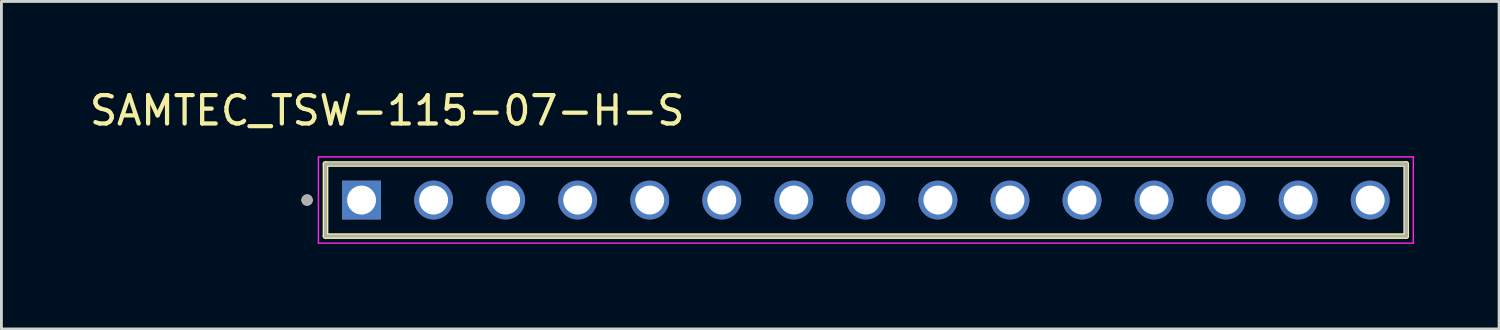
<source format=kicad_pcb>
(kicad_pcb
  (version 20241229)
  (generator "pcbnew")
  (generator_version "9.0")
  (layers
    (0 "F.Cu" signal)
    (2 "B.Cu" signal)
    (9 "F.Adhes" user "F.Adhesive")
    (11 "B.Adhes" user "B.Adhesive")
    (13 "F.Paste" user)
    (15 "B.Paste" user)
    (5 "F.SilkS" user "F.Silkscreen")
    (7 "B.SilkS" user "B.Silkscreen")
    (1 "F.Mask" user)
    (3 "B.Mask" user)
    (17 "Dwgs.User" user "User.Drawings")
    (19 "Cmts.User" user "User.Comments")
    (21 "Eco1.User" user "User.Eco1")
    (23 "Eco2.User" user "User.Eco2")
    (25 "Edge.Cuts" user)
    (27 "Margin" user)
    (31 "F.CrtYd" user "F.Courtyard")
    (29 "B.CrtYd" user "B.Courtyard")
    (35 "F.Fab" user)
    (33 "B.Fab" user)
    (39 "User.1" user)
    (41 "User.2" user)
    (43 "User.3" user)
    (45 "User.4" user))
  (footprint "SAMTEC_TSW-115-07-H-S"
    (layer "F.Cu")
    (at 27.476 4.003)
    (property "Reference" "SAMTEC_TSW-115-07-H-S" (at -16.875 -3.155 0) (layer "F.SilkS") (effects (font (size 1 1) (thickness 0.15))))
    (attr through_hole)
    (fp_line (start -19.05 1.27) (end -19.05 -1.27) (stroke (width 0.2) (type solid)) (layer "F.SilkS"))
    (fp_line (start 19.05 -1.27) (end -19.05 -1.27) (stroke (width 0.2) (type solid)) (layer "F.SilkS"))
    (fp_line (start 19.05 -1.27) (end 19.05 1.27) (stroke (width 0.2) (type solid)) (layer "F.SilkS"))
    (fp_line (start 19.05 1.27) (end -19.05 1.27) (stroke (width 0.2) (type solid)) (layer "F.SilkS"))
    (fp_circle (center -19.7 0) (end -19.6 0) (stroke (width 0.2) (type solid)) (fill no) (layer "F.SilkS"))
    (fp_line (start -19.3 -1.52) (end 19.3 -1.52) (stroke (width 0.05) (type solid)) (layer "F.CrtYd"))
    (fp_line (start -19.3 1.52) (end -19.3 -1.52) (stroke (width 0.05) (type solid)) (layer "F.CrtYd"))
    (fp_line (start 19.3 -1.52) (end 19.3 1.52) (stroke (width 0.05) (type solid)) (layer "F.CrtYd"))
    (fp_line (start 19.3 1.52) (end -19.3 1.52) (stroke (width 0.05) (type solid)) (layer "F.CrtYd"))
    (fp_line (start -19.05 -1.27) (end 19.05 -1.27) (stroke (width 0.1) (type solid)) (layer "F.Fab"))
    (fp_line (start -19.05 -1.27) (end 19.05 -1.27) (stroke (width 0.1) (type solid)) (layer "F.Fab"))
    (fp_line (start -19.05 1.27) (end -19.05 -1.27) (stroke (width 0.1) (type solid)) (layer "F.Fab"))
    (fp_line (start -19.05 1.27) (end -19.05 -1.27) (stroke (width 0.1) (type solid)) (layer "F.Fab"))
    (fp_line (start 19.05 -1.27) (end 19.05 1.27) (stroke (width 0.1) (type solid)) (layer "F.Fab"))
    (fp_line (start 19.05 -1.27) (end 19.05 1.27) (stroke (width 0.1) (type solid)) (layer "F.Fab"))
    (fp_line (start 19.05 1.27) (end -19.05 1.27) (stroke (width 0.1) (type solid)) (layer "F.Fab"))
    (fp_circle (center -19.7 0) (end -19.6 0) (stroke (width 0.2) (type solid)) (fill no) (layer "F.Fab"))
    (pad "01" thru_hole rect (at -17.78 0) (size 1.37 1.37) (drill 1.02) (layers "*.Cu" "*.Mask"))
    (pad "02" thru_hole circle (at -15.24 0) (size 1.37 1.37) (drill 1.02) (layers "*.Cu" "*.Mask"))
    (pad "03" thru_hole circle (at -12.7 0) (size 1.37 1.37) (drill 1.02) (layers "*.Cu" "*.Mask"))
    (pad "04" thru_hole circle (at -10.16 0) (size 1.37 1.37) (drill 1.02) (layers "*.Cu" "*.Mask"))
    (pad "05" thru_hole circle (at -7.62 0) (size 1.37 1.37) (drill 1.02) (layers "*.Cu" "*.Mask"))
    (pad "06" thru_hole circle (at -5.08 0) (size 1.37 1.37) (drill 1.02) (layers "*.Cu" "*.Mask"))
    (pad "07" thru_hole circle (at -2.54 0) (size 1.37 1.37) (drill 1.02) (layers "*.Cu" "*.Mask"))
    (pad "08" thru_hole circle (at 0 0) (size 1.37 1.37) (drill 1.02) (layers "*.Cu" "*.Mask"))
    (pad "09" thru_hole circle (at 2.54 0) (size 1.37 1.37) (drill 1.02) (layers "*.Cu" "*.Mask"))
    (pad "10" thru_hole circle (at 5.08 0) (size 1.37 1.37) (drill 1.02) (layers "*.Cu" "*.Mask"))
    (pad "11" thru_hole circle (at 7.62 0) (size 1.37 1.37) (drill 1.02) (layers "*.Cu" "*.Mask"))
    (pad "12" thru_hole circle (at 10.16 0) (size 1.37 1.37) (drill 1.02) (layers "*.Cu" "*.Mask"))
    (pad "13" thru_hole circle (at 12.7 0) (size 1.37 1.37) (drill 1.02) (layers "*.Cu" "*.Mask"))
    (pad "14" thru_hole circle (at 15.24 0) (size 1.37 1.37) (drill 1.02) (layers "*.Cu" "*.Mask"))
    (pad "15" thru_hole circle (at 17.78 0) (size 1.37 1.37) (drill 1.02) (layers "*.Cu" "*.Mask")))
  (gr_rect
    (start -3 -3)
    (end 49.801 8.548)
    (stroke (width 0.1) (type default))
    (fill no)
    (layer "Edge.Cuts")))
</source>
